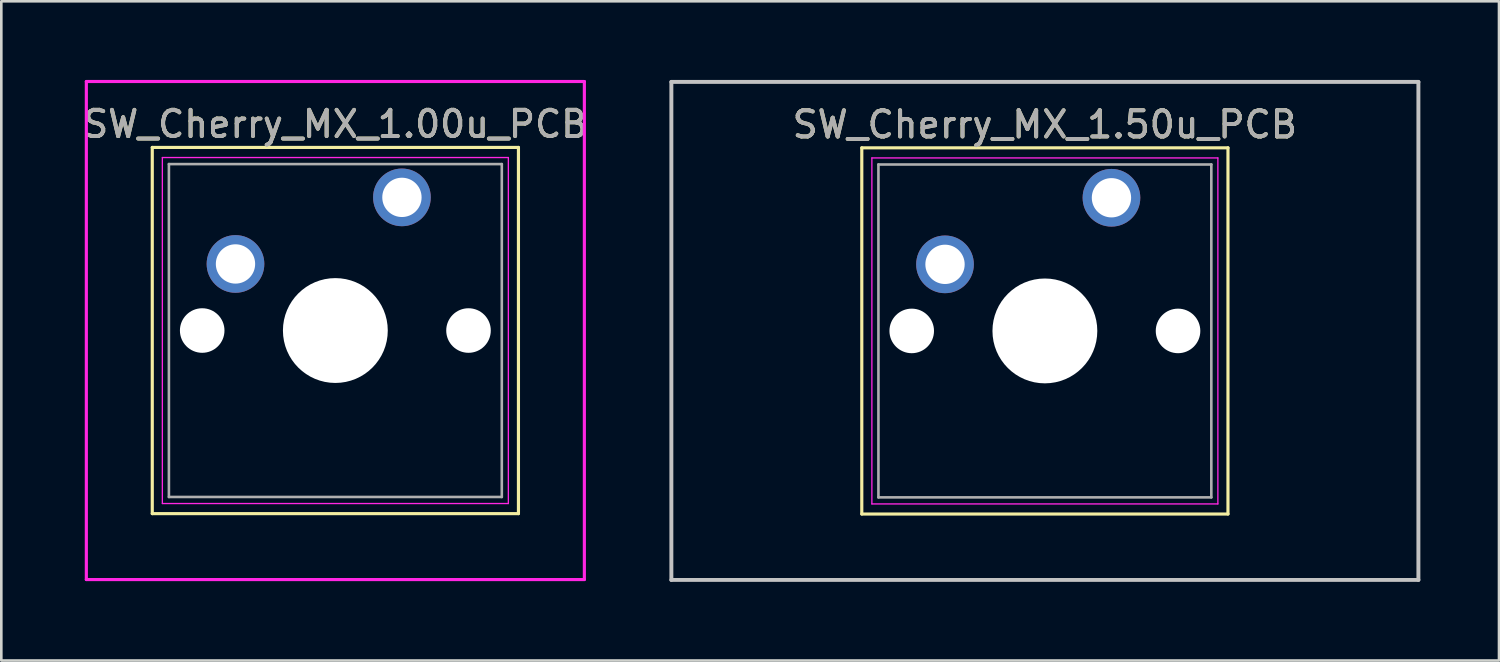
<source format=kicad_pcb>
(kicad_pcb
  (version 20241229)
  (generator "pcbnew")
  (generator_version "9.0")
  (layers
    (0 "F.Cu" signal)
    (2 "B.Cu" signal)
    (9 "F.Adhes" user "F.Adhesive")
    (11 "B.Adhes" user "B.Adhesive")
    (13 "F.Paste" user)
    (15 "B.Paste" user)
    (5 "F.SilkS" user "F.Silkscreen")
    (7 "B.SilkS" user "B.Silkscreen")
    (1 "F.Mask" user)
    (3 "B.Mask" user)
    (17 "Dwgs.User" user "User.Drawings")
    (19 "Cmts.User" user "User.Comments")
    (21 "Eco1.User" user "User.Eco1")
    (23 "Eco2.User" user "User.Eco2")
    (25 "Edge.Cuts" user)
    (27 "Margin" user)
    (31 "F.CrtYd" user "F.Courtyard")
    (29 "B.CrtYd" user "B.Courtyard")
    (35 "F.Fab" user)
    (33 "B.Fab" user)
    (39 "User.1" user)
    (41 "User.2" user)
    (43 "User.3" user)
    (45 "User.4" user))
  (footprint "SW_Cherry_MX_1.00u_PCB"
    (layer "F.Cu")
    (at 9.744 9.56)
    (property "Reference" "SW_Cherry_MX_1.00u_PCB" (at 0 -7.874 180) (layer "F.SilkS") (effects (font (size 1 1) (thickness 0.15))))
    (attr through_hole)
    (fp_line (start -6.985 -6.985) (end 6.985 -6.985) (stroke (width 0.12) (type solid)) (layer "F.SilkS"))
    (fp_line (start -6.985 6.985) (end -6.985 -6.985) (stroke (width 0.12) (type solid)) (layer "F.SilkS"))
    (fp_line (start 6.985 -6.985) (end 6.985 6.985) (stroke (width 0.12) (type solid)) (layer "F.SilkS"))
    (fp_line (start 6.985 6.985) (end -6.985 6.985) (stroke (width 0.12) (type solid)) (layer "F.SilkS"))
    (fp_line (start -9.5 -9.5) (end -9.5 9.5) (stroke (width 0.12) (type solid)) (layer "F.CrtYd"))
    (fp_line (start -9.5 9.5) (end 9.5 9.5) (stroke (width 0.12) (type solid)) (layer "F.CrtYd"))
    (fp_line (start -6.6 -6.6) (end 6.6 -6.6) (stroke (width 0.05) (type solid)) (layer "F.CrtYd"))
    (fp_line (start -6.6 6.6) (end -6.6 -6.6) (stroke (width 0.05) (type solid)) (layer "F.CrtYd"))
    (fp_line (start 6.6 -6.6) (end 6.6 6.6) (stroke (width 0.05) (type solid)) (layer "F.CrtYd"))
    (fp_line (start 6.6 6.6) (end -6.6 6.6) (stroke (width 0.05) (type solid)) (layer "F.CrtYd"))
    (fp_line (start 9.5 -9.5) (end -9.5 -9.5) (stroke (width 0.12) (type solid)) (layer "F.CrtYd"))
    (fp_line (start 9.5 9.5) (end 9.5 -9.5) (stroke (width 0.12) (type solid)) (layer "F.CrtYd"))
    (fp_line (start -6.35 -6.35) (end 6.35 -6.35) (stroke (width 0.1) (type solid)) (layer "F.Fab"))
    (fp_line (start -6.35 6.35) (end -6.35 -6.35) (stroke (width 0.1) (type solid)) (layer "F.Fab"))
    (fp_line (start 6.35 -6.35) (end 6.35 6.35) (stroke (width 0.1) (type solid)) (layer "F.Fab"))
    (fp_line (start 6.35 6.35) (end -6.35 6.35) (stroke (width 0.1) (type solid)) (layer "F.Fab"))
    (fp_text user "${REFERENCE}" (at 0 -7.874 180) (layer "F.Fab") (effects (font (size 1 1) (thickness 0.15))))
    (pad "" np_thru_hole circle (at -5.08 0) (size 1.7 1.7) (drill 1.7) (layers "*.Cu" "*.Mask"))
    (pad "" np_thru_hole circle (at 0 0) (size 4 4) (drill 4) (layers "*.Cu" "*.Mask"))
    (pad "" np_thru_hole circle (at 5.08 0) (size 1.7 1.7) (drill 1.7) (layers "*.Cu" "*.Mask"))
    (pad "1" thru_hole circle (at 2.54 -5.08) (size 2.2 2.2) (drill 1.5) (layers "*.Cu" "*.Mask"))
    (pad "2" thru_hole circle (at -3.81 -2.54) (size 2.2 2.2) (drill 1.5) (layers "*.Cu" "*.Mask")))
  (footprint "SW_Cherry_MX_1.50u_PCB"
    (layer "F.Cu")
    (at 36.813 9.575)
    (property "Reference" "SW_Cherry_MX_1.50u_PCB" (at 0 -7.874 0) (layer "F.SilkS") (effects (font (size 1 1) (thickness 0.15))))
    (attr through_hole)
    (fp_line (start -6.985 -6.985) (end 6.985 -6.985) (stroke (width 0.12) (type solid)) (layer "F.SilkS"))
    (fp_line (start -6.985 6.985) (end -6.985 -6.985) (stroke (width 0.12) (type solid)) (layer "F.SilkS"))
    (fp_line (start 6.985 -6.985) (end 6.985 6.985) (stroke (width 0.12) (type solid)) (layer "F.SilkS"))
    (fp_line (start 6.985 6.985) (end -6.985 6.985) (stroke (width 0.12) (type solid)) (layer "F.SilkS"))
    (fp_line (start -14.25 -9.5) (end 14.25 -9.5) (stroke (width 0.15) (type solid)) (layer "Dwgs.User"))
    (fp_line (start -14.25 9.5) (end -14.25 -9.5) (stroke (width 0.15) (type solid)) (layer "Dwgs.User"))
    (fp_line (start 14.25 -9.5) (end 14.25 9.5) (stroke (width 0.15) (type solid)) (layer "Dwgs.User"))
    (fp_line (start 14.25 9.5) (end -14.25 9.5) (stroke (width 0.15) (type solid)) (layer "Dwgs.User"))
    (fp_line (start -6.6 -6.6) (end 6.6 -6.6) (stroke (width 0.05) (type solid)) (layer "F.CrtYd"))
    (fp_line (start -6.6 6.6) (end -6.6 -6.6) (stroke (width 0.05) (type solid)) (layer "F.CrtYd"))
    (fp_line (start 6.6 -6.6) (end 6.6 6.6) (stroke (width 0.05) (type solid)) (layer "F.CrtYd"))
    (fp_line (start 6.6 6.6) (end -6.6 6.6) (stroke (width 0.05) (type solid)) (layer "F.CrtYd"))
    (fp_line (start -6.35 -6.35) (end 6.35 -6.35) (stroke (width 0.1) (type solid)) (layer "F.Fab"))
    (fp_line (start -6.35 6.35) (end -6.35 -6.35) (stroke (width 0.1) (type solid)) (layer "F.Fab"))
    (fp_line (start 6.35 -6.35) (end 6.35 6.35) (stroke (width 0.1) (type solid)) (layer "F.Fab"))
    (fp_line (start 6.35 6.35) (end -6.35 6.35) (stroke (width 0.1) (type solid)) (layer "F.Fab"))
    (fp_text user "${REFERENCE}" (at 0 -7.874 0) (layer "F.Fab") (effects (font (size 1 1) (thickness 0.15))))
    (pad "" np_thru_hole circle (at -5.08 0) (size 1.7 1.7) (drill 1.7) (layers "*.Cu" "*.Mask"))
    (pad "" np_thru_hole circle (at 0 0) (size 4 4) (drill 4) (layers "*.Cu" "*.Mask"))
    (pad "" np_thru_hole circle (at 5.08 0) (size 1.7 1.7) (drill 1.7) (layers "*.Cu" "*.Mask"))
    (pad "1" thru_hole circle (at 2.54 -5.08) (size 2.2 2.2) (drill 1.5) (layers "*.Cu" "*.Mask"))
    (pad "2" thru_hole circle (at -3.81 -2.54) (size 2.2 2.2) (drill 1.5) (layers "*.Cu" "*.Mask")))
  (gr_rect
    (start -3 -3)
    (end 54.138 22.15)
    (stroke (width 0.1) (type default))
    (fill no)
    (layer "Edge.Cuts")))
</source>
